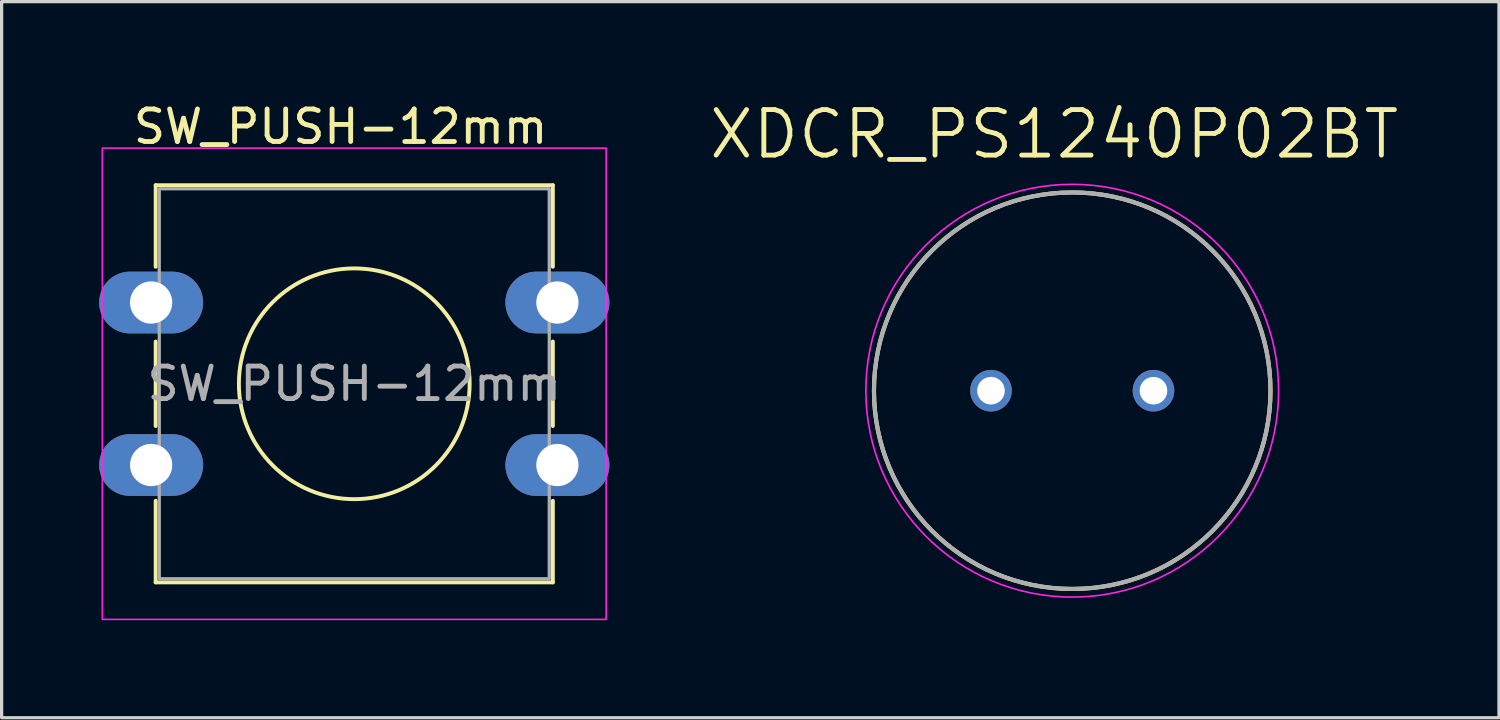
<source format=kicad_pcb>
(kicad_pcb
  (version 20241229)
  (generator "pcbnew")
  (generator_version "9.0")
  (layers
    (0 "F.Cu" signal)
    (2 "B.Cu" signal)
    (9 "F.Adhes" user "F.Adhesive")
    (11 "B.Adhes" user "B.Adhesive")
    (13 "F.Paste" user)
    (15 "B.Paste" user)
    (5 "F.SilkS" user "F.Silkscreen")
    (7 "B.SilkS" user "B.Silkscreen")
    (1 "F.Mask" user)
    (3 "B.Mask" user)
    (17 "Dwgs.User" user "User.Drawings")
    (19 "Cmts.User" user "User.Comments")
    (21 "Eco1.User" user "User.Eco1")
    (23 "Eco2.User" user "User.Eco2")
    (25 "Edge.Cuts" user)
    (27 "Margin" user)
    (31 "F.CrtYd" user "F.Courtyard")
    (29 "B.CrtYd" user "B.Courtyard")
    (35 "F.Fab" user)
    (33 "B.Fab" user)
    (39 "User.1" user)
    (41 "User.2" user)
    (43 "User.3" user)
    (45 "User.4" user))
  (footprint "SW_PUSH-12mm"
    (layer "F.Cu")
    (at 1.6 6.258)
    (property "Reference" "SW_PUSH-12mm" (at 5.83 -5.41 180) (layer "F.SilkS") (effects (font (size 1 1) (thickness 0.15))))
    (attr through_hole)
    (fp_line (start 0.14 -3.61) (end 0.14 -1.1) (stroke (width 0.12) (type default)) (layer "F.SilkS"))
    (fp_line (start 0.14 -3.61) (end 12.36 -3.61) (stroke (width 0.12) (type default)) (layer "F.SilkS"))
    (fp_line (start 0.14 1.2) (end 0.14 3.8) (stroke (width 0.12) (type default)) (layer "F.SilkS"))
    (fp_line (start 0.14 6.1) (end 0.14 8.61) (stroke (width 0.12) (type default)) (layer "F.SilkS"))
    (fp_line (start 12.36 -3.61) (end 12.36 -1.1) (stroke (width 0.12) (type default)) (layer "F.SilkS"))
    (fp_line (start 12.36 1.2) (end 12.36 3.8) (stroke (width 0.12) (type default)) (layer "F.SilkS"))
    (fp_line (start 12.36 6.1) (end 12.36 8.61) (stroke (width 0.12) (type default)) (layer "F.SilkS"))
    (fp_line (start 12.36 8.61) (end 0.14 8.61) (stroke (width 0.12) (type default)) (layer "F.SilkS"))
    (fp_circle (center 6.25 2.5) (end 9.8 2.5) (stroke (width 0.12) (type default)) (fill no) (layer "F.SilkS"))
    (fp_rect (start -1.5 -4.75) (end 14 9.75) (stroke (width 0.05) (type default)) (fill no) (layer "F.CrtYd"))
    (fp_rect (start 0.25 -3.5) (end 12.25 8.5) (stroke (width 0.1) (type default)) (fill no) (layer "F.Fab"))
    (fp_text user "${REFERENCE}" (at 6.25 2.5 180) (layer "F.Fab") (effects (font (size 1 1) (thickness 0.15))))
    (pad "" thru_hole oval (at 12.5 5) (size 3.2 1.9) (drill 1.3) (layers "*.Cu" "*.Mask"))
    (pad "1" thru_hole oval (at 0 0) (size 3.2 1.9) (drill 1.3) (layers "*.Cu" "*.Mask"))
    (pad "1" thru_hole oval (at 12.5 0) (size 3.2 1.9) (drill 1.3) (layers "*.Cu" "*.Mask"))
    (pad "2" thru_hole oval (at 0 5) (size 3.2 1.9) (drill 1.3) (layers "*.Cu" "*.Mask")))
  (footprint "XDCR_PS1240P02BT"
    (layer "F.Cu")
    (at 29.94 8.971)
    (property "Reference" "XDCR_PS1240P02BT" (at -0.555 -7.889 0) (layer "F.SilkS") (effects (font (size 1.4 1.4) (thickness 0.15))))
    (attr through_hole)
    (fp_circle (center 0 0) (end 6.1 0) (stroke (width 0.127) (type solid)) (fill no) (layer "F.SilkS"))
    (fp_circle (center 0 0) (end 6.35 0) (stroke (width 0.05) (type solid)) (fill no) (layer "F.CrtYd"))
    (fp_circle (center 0 0) (end 6.1 0) (stroke (width 0.127) (type solid)) (fill no) (layer "F.Fab"))
    (pad "1" thru_hole circle (at -2.5 0) (size 1.28 1.28) (drill 0.85) (layers "*.Cu" "*.Mask"))
    (pad "2" thru_hole circle (at 2.5 0) (size 1.28 1.28) (drill 0.85) (layers "*.Cu" "*.Mask")))
  (gr_rect
    (start -3 -3)
    (end 43.07 19.033)
    (stroke (width 0.1) (type default))
    (fill no)
    (layer "Edge.Cuts")))
</source>
